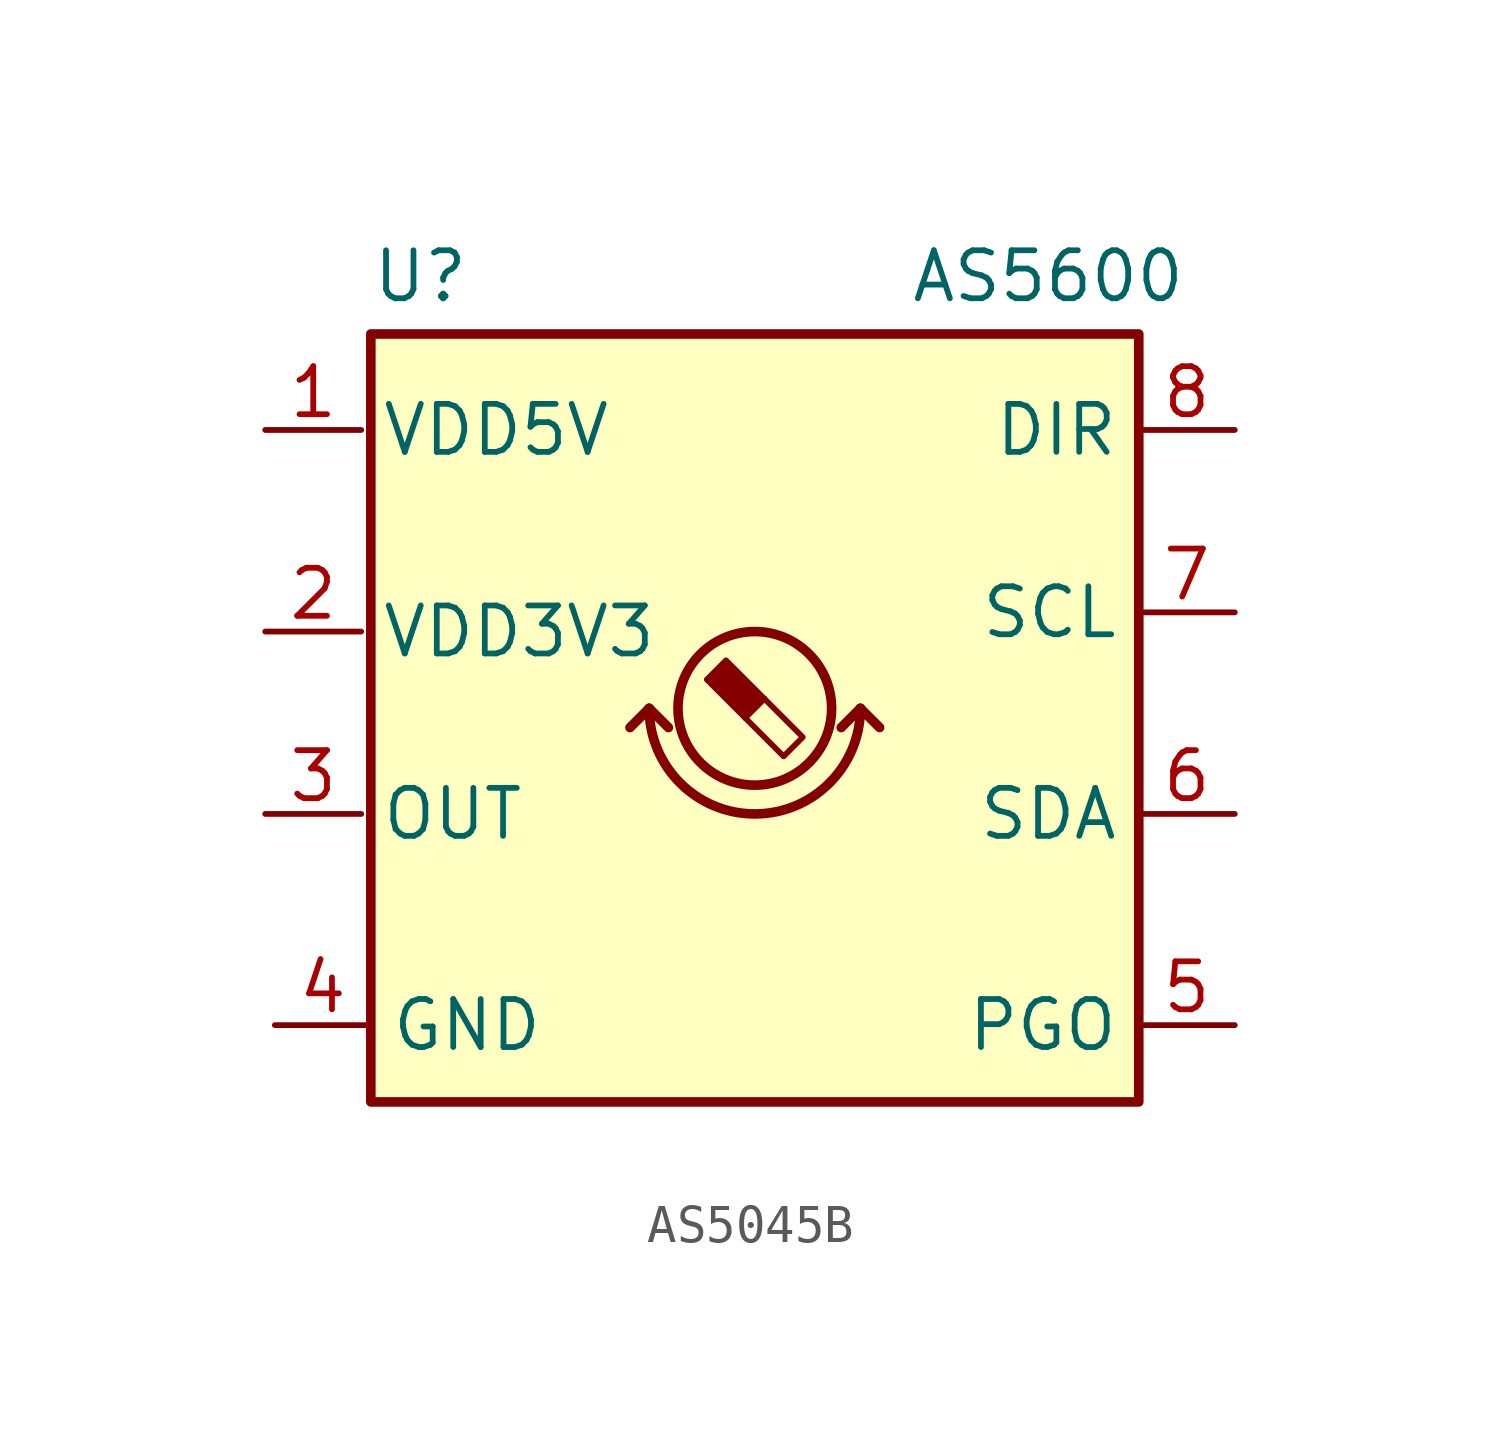
<source format=kicad_sym>
(kicad_symbol_lib
  (version 20220914)
  (generator kicad_symbol_editor)
  (symbol "AS5045B"
    (property "Reference" "U"
      (at -9.906 11.43 0)
      (effects (font (size 1.27 1.27)) (justify left)))
    (property "Value" "AS5600"
      (at 11.684 11.43 0)
      (effects (font (size 1.27 1.27)) (justify right)))
    (symbol "AS5045B_0_1"
      (rectangle (start -9.906 9.906) (end 10.414 -10.414) (stroke (width 0.254) (type default)) (fill (type background)))
      (arc (start -2.54 0) (mid 0.254 -2.7819) (end 3.048 0) (stroke (width 0.254) (type default)) (fill (type none)))
      (polyline (pts (xy -2.54 0) (xy -3.048 -0.508)) (stroke (width 0.254) (type default)) (fill (type none)))
      (polyline (pts (xy -2.54 0) (xy -2.032 -0.508)) (stroke (width 0.254) (type default)) (fill (type none)))
      (polyline (pts (xy 3.048 0) (xy 2.54 -0.508)) (stroke (width 0.254) (type default)) (fill (type none)))
      (polyline (pts (xy 3.048 0) (xy 3.556 -0.508)) (stroke (width 0.254) (type default)) (fill (type none)))
      (polyline (pts (xy 0.508 0.254) (xy 1.524 -0.762) (xy 1.016 -1.27) (xy 0 -0.254)) (stroke (width 0) (type default)) (fill (type none)))
      (polyline (pts (xy -0.508 1.27) (xy 0.508 0.254) (xy 0 -0.254) (xy -1.016 0.762) (xy -0.762 1.016) (xy -0.508 1.27) (xy -0.381 1.143)) (stroke (width 0) (type default)) (fill (type outline)))
      (circle (center 0.254 0) (radius 2.032) (stroke (width 0.254) (type default)) (fill (type none))))
    (symbol "AS5045B_1_1"
      (pin power_in line (at -12.7 7.366 0) (length 2.54) (name "VDD5V" (effects (font (size 1.27 1.27)))) (number "1" (effects (font (size 1.27 1.27)))))
      (pin power_in line (at -12.7 2.032 0) (length 2.54) (name "VDD3V3" (effects (font (size 1.27 1.27)))) (number "2" (effects (font (size 1.27 1.27)))))
      (pin output line (at -12.7 -2.794 0) (length 2.54) (name "OUT" (effects (font (size 1.27 1.27)))) (number "3" (effects (font (size 1.27 1.27)))))
      (pin power_in line (at -12.446 -8.382 0) (length 2.54) (name "GND" (effects (font (size 1.27 1.27)))) (number "4" (effects (font (size 1.27 1.27)))))
      (pin input line (at 12.954 -8.382 180) (length 2.54) (name "PGO" (effects (font (size 1.27 1.27)))) (number "5" (effects (font (size 1.27 1.27)))))
      (pin bidirectional line (at 12.954 -2.794 180) (length 2.54) (name "SDA" (effects (font (size 1.27 1.27)))) (number "6" (effects (font (size 1.27 1.27)))))
      (pin input line (at 12.954 2.54 180) (length 2.54) (name "SCL" (effects (font (size 1.27 1.27)))) (number "7" (effects (font (size 1.27 1.27)))))
      (pin input line (at 12.954 7.366 180) (length 2.54) (name "DIR" (effects (font (size 1.27 1.27)))) (number "8" (effects (font (size 1.27 1.27))))))))
</source>
